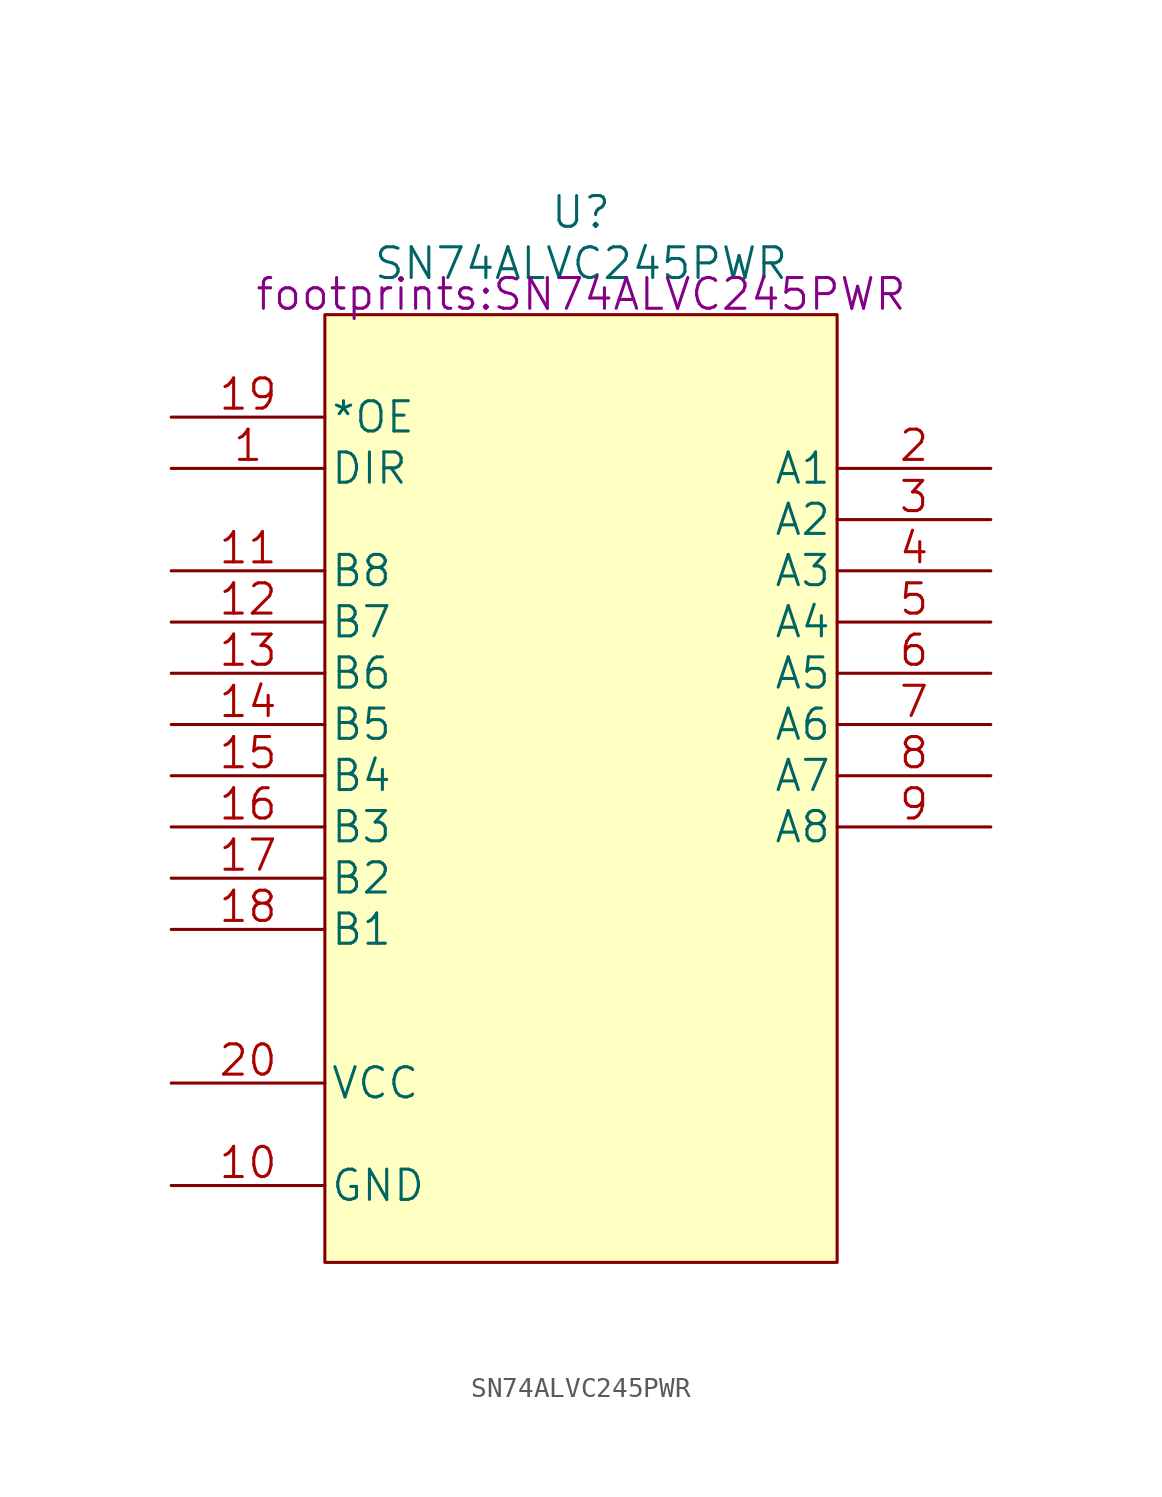
<source format=kicad_sym>
(kicad_symbol_lib
  (version 20211014)
  (generator kicad_symbol_editor)
  (symbol "SN74ALVC245PWR"
    (pin_names
      (offset 0.254))
    (property "Reference" "U"
      (at 0 27.94 0)
      (effects (font (size 1.524 1.524))))
    (property "Value" "SN74ALVC245PWR"
      (at 0 25.4 0)
      (effects (font (size 1.524 1.524))))
    (property "Footprint" "footprints:SN74ALVC245PWR"
      (at 0 23.876 0)
      (effects (font (size 1.524 1.524))))
    (symbol "SN74ALVC245PWR_1_1"
      (rectangle (start -12.7 22.86) (end 12.7 -24.13) (stroke (width 0) (type default) (color 0 0 0 0)) (fill (type background)))
      (pin input line (at -20.32 15.24 0) (length 7.62) (name "DIR" (effects (font (size 1.499 1.499)))) (number "1" (effects (font (size 1.499 1.499)))))
      (pin power_in line (at -20.32 -20.32 0) (length 7.62) (name "GND" (effects (font (size 1.499 1.499)))) (number "10" (effects (font (size 1.499 1.499)))))
      (pin bidirectional line (at -20.32 10.16 0) (length 7.62) (name "B8" (effects (font (size 1.499 1.499)))) (number "11" (effects (font (size 1.499 1.499)))))
      (pin bidirectional line (at -20.32 7.62 0) (length 7.62) (name "B7" (effects (font (size 1.499 1.499)))) (number "12" (effects (font (size 1.499 1.499)))))
      (pin bidirectional line (at -20.32 5.08 0) (length 7.62) (name "B6" (effects (font (size 1.499 1.499)))) (number "13" (effects (font (size 1.499 1.499)))))
      (pin bidirectional line (at -20.32 2.54 0) (length 7.62) (name "B5" (effects (font (size 1.499 1.499)))) (number "14" (effects (font (size 1.499 1.499)))))
      (pin bidirectional line (at -20.32 0 0) (length 7.62) (name "B4" (effects (font (size 1.499 1.499)))) (number "15" (effects (font (size 1.499 1.499)))))
      (pin bidirectional line (at -20.32 -2.54 0) (length 7.62) (name "B3" (effects (font (size 1.499 1.499)))) (number "16" (effects (font (size 1.499 1.499)))))
      (pin bidirectional line (at -20.32 -5.08 0) (length 7.62) (name "B2" (effects (font (size 1.499 1.499)))) (number "17" (effects (font (size 1.499 1.499)))))
      (pin bidirectional line (at -20.32 -7.62 0) (length 7.62) (name "B1" (effects (font (size 1.499 1.499)))) (number "18" (effects (font (size 1.499 1.499)))))
      (pin input line (at -20.32 17.78 0) (length 7.62) (name "*OE" (effects (font (size 1.499 1.499)))) (number "19" (effects (font (size 1.499 1.499)))))
      (pin bidirectional line (at 20.32 15.24 180) (length 7.62) (name "A1" (effects (font (size 1.499 1.499)))) (number "2" (effects (font (size 1.499 1.499)))))
      (pin power_in line (at -20.32 -15.24 0) (length 7.62) (name "VCC" (effects (font (size 1.499 1.499)))) (number "20" (effects (font (size 1.499 1.499)))))
      (pin bidirectional line (at 20.32 12.7 180) (length 7.62) (name "A2" (effects (font (size 1.499 1.499)))) (number "3" (effects (font (size 1.499 1.499)))))
      (pin bidirectional line (at 20.32 10.16 180) (length 7.62) (name "A3" (effects (font (size 1.499 1.499)))) (number "4" (effects (font (size 1.499 1.499)))))
      (pin bidirectional line (at 20.32 7.62 180) (length 7.62) (name "A4" (effects (font (size 1.499 1.499)))) (number "5" (effects (font (size 1.499 1.499)))))
      (pin bidirectional line (at 20.32 5.08 180) (length 7.62) (name "A5" (effects (font (size 1.499 1.499)))) (number "6" (effects (font (size 1.499 1.499)))))
      (pin bidirectional line (at 20.32 2.54 180) (length 7.62) (name "A6" (effects (font (size 1.499 1.499)))) (number "7" (effects (font (size 1.499 1.499)))))
      (pin bidirectional line (at 20.32 0 180) (length 7.62) (name "A7" (effects (font (size 1.499 1.499)))) (number "8" (effects (font (size 1.499 1.499)))))
      (pin bidirectional line (at 20.32 -2.54 180) (length 7.62) (name "A8" (effects (font (size 1.499 1.499)))) (number "9" (effects (font (size 1.499 1.499))))))))
</source>
